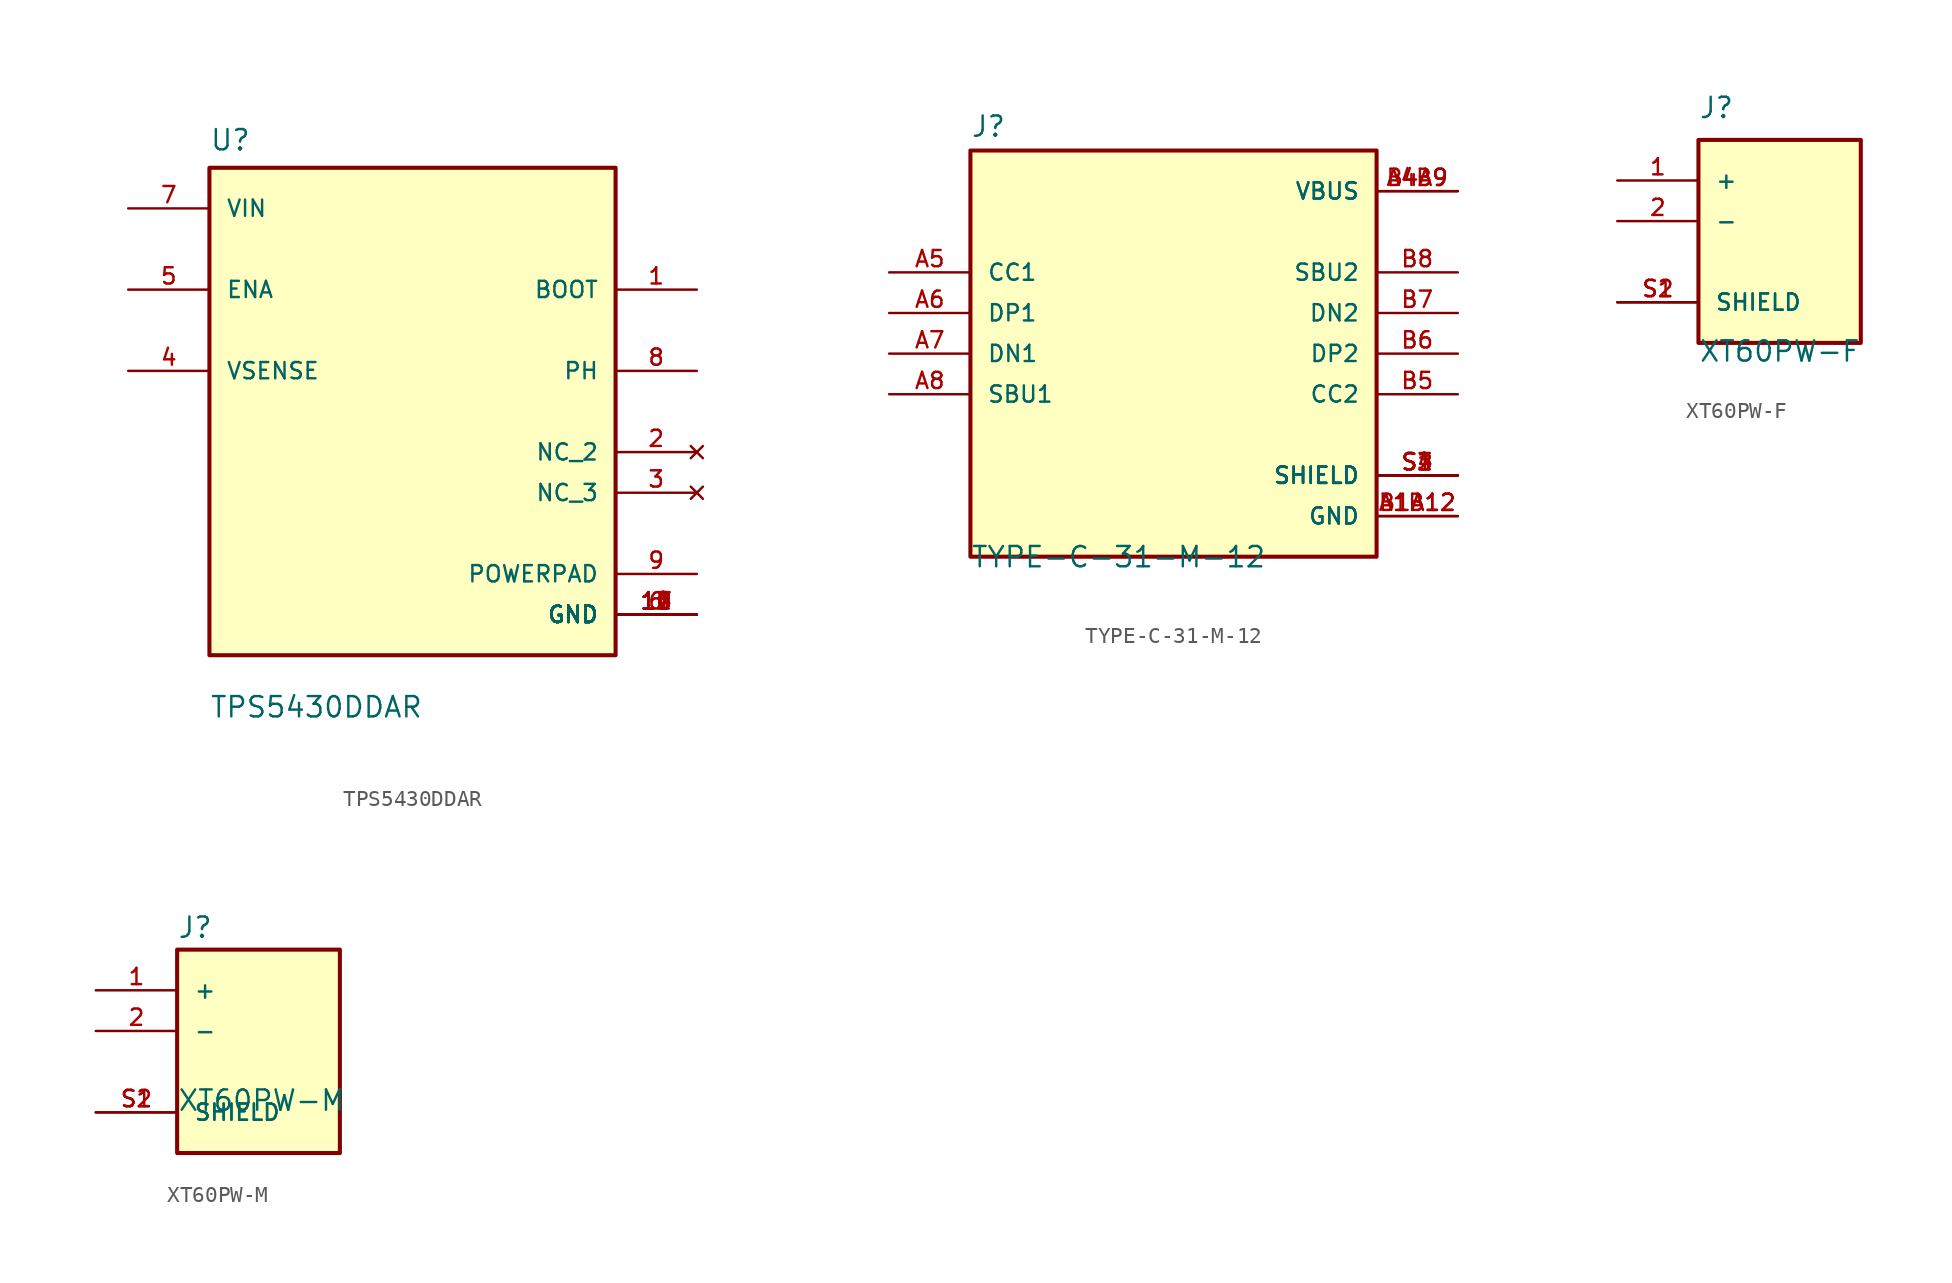
<source format=kicad_sym>
(kicad_symbol_lib
  (version 20211014)
  (generator kicad_symbol_editor)
  (symbol "TPS5430DDAR"
    (pin_names
      (offset 1.016))
    (property "Reference" "U"
      (at -12.7 16.231 0)
      (effects (font (size 1.27 1.27)) (justify left bottom)))
    (property "Value" "TPS5430DDAR"
      (at -12.7 -19.228 0)
      (effects (font (size 1.27 1.27)) (justify left bottom)))
    (symbol "TPS5430DDAR_0_0"
      (rectangle (start -12.7 -15.24) (end 12.7 15.24) (stroke (width 0.254) (type default) (color 0 0 0 0)) (fill (type background)))
      (pin output line (at 17.78 7.62 180) (length 5.08) (name "BOOT" (effects (font (size 1.016 1.016)))) (number "1" (effects (font (size 1.016 1.016)))))
      (pin power_in line (at 17.78 -12.7 180) (length 5.08) (name "GND" (effects (font (size 1.016 1.016)))) (number "10" (effects (font (size 1.016 1.016)))))
      (pin power_in line (at 17.78 -12.7 180) (length 5.08) (name "GND" (effects (font (size 1.016 1.016)))) (number "11" (effects (font (size 1.016 1.016)))))
      (pin power_in line (at 17.78 -12.7 180) (length 5.08) (name "GND" (effects (font (size 1.016 1.016)))) (number "12" (effects (font (size 1.016 1.016)))))
      (pin power_in line (at 17.78 -12.7 180) (length 5.08) (name "GND" (effects (font (size 1.016 1.016)))) (number "13" (effects (font (size 1.016 1.016)))))
      (pin power_in line (at 17.78 -12.7 180) (length 5.08) (name "GND" (effects (font (size 1.016 1.016)))) (number "14" (effects (font (size 1.016 1.016)))))
      (pin power_in line (at 17.78 -12.7 180) (length 5.08) (name "GND" (effects (font (size 1.016 1.016)))) (number "15" (effects (font (size 1.016 1.016)))))
      (pin power_in line (at 17.78 -12.7 180) (length 5.08) (name "GND" (effects (font (size 1.016 1.016)))) (number "16" (effects (font (size 1.016 1.016)))))
      (pin power_in line (at 17.78 -12.7 180) (length 5.08) (name "GND" (effects (font (size 1.016 1.016)))) (number "17" (effects (font (size 1.016 1.016)))))
      (pin no_connect line (at 17.78 -2.54 180) (length 5.08) (name "NC_2" (effects (font (size 1.016 1.016)))) (number "2" (effects (font (size 1.016 1.016)))))
      (pin no_connect line (at 17.78 -5.08 180) (length 5.08) (name "NC_3" (effects (font (size 1.016 1.016)))) (number "3" (effects (font (size 1.016 1.016)))))
      (pin input line (at -17.78 2.54 0) (length 5.08) (name "VSENSE" (effects (font (size 1.016 1.016)))) (number "4" (effects (font (size 1.016 1.016)))))
      (pin input line (at -17.78 7.62 0) (length 5.08) (name "ENA" (effects (font (size 1.016 1.016)))) (number "5" (effects (font (size 1.016 1.016)))))
      (pin power_in line (at 17.78 -12.7 180) (length 5.08) (name "GND" (effects (font (size 1.016 1.016)))) (number "6" (effects (font (size 1.016 1.016)))))
      (pin power_in line (at -17.78 12.7 0) (length 5.08) (name "VIN" (effects (font (size 1.016 1.016)))) (number "7" (effects (font (size 1.016 1.016)))))
      (pin bidirectional line (at 17.78 2.54 180) (length 5.08) (name "PH" (effects (font (size 1.016 1.016)))) (number "8" (effects (font (size 1.016 1.016)))))
      (pin power_in line (at 17.78 -10.16 180) (length 5.08) (name "POWERPAD" (effects (font (size 1.016 1.016)))) (number "9" (effects (font (size 1.016 1.016)))))))
  (symbol "TYPE-C-31-M-12"
    (pin_names
      (offset 1.016))
    (property "Reference" "J"
      (at -12.7 13.462 0)
      (effects (font (size 1.27 1.27)) (justify left bottom)))
    (property "Value" "TYPE-C-31-M-12"
      (at -12.7 -13.462 0)
      (effects (font (size 1.27 1.27)) (justify left bottom)))
    (symbol "TYPE-C-31-M-12_0_0"
      (rectangle (start -12.7 -12.7) (end 12.7 12.7) (stroke (width 0.254) (type default) (color 0 0 0 0)) (fill (type background)))
      (pin power_in line (at 17.78 -10.16 180) (length 5.08) (name "GND" (effects (font (size 1.016 1.016)))) (number "A1B12" (effects (font (size 1.016 1.016)))))
      (pin power_in line (at 17.78 10.16 180) (length 5.08) (name "VBUS" (effects (font (size 1.016 1.016)))) (number "A4B9" (effects (font (size 1.016 1.016)))))
      (pin bidirectional line (at -17.78 5.08 0) (length 5.08) (name "CC1" (effects (font (size 1.016 1.016)))) (number "A5" (effects (font (size 1.016 1.016)))))
      (pin bidirectional line (at -17.78 2.54 0) (length 5.08) (name "DP1" (effects (font (size 1.016 1.016)))) (number "A6" (effects (font (size 1.016 1.016)))))
      (pin bidirectional line (at -17.78 0 0) (length 5.08) (name "DN1" (effects (font (size 1.016 1.016)))) (number "A7" (effects (font (size 1.016 1.016)))))
      (pin bidirectional line (at -17.78 -2.54 0) (length 5.08) (name "SBU1" (effects (font (size 1.016 1.016)))) (number "A8" (effects (font (size 1.016 1.016)))))
      (pin power_in line (at 17.78 -10.16 180) (length 5.08) (name "GND" (effects (font (size 1.016 1.016)))) (number "B1A12" (effects (font (size 1.016 1.016)))))
      (pin power_in line (at 17.78 10.16 180) (length 5.08) (name "VBUS" (effects (font (size 1.016 1.016)))) (number "B4A9" (effects (font (size 1.016 1.016)))))
      (pin bidirectional line (at 17.78 -2.54 180) (length 5.08) (name "CC2" (effects (font (size 1.016 1.016)))) (number "B5" (effects (font (size 1.016 1.016)))))
      (pin bidirectional line (at 17.78 0 180) (length 5.08) (name "DP2" (effects (font (size 1.016 1.016)))) (number "B6" (effects (font (size 1.016 1.016)))))
      (pin bidirectional line (at 17.78 2.54 180) (length 5.08) (name "DN2" (effects (font (size 1.016 1.016)))) (number "B7" (effects (font (size 1.016 1.016)))))
      (pin bidirectional line (at 17.78 5.08 180) (length 5.08) (name "SBU2" (effects (font (size 1.016 1.016)))) (number "B8" (effects (font (size 1.016 1.016)))))
      (pin passive line (at 17.78 -7.62 180) (length 5.08) (name "SHIELD" (effects (font (size 1.016 1.016)))) (number "S1" (effects (font (size 1.016 1.016)))))
      (pin passive line (at 17.78 -7.62 180) (length 5.08) (name "SHIELD" (effects (font (size 1.016 1.016)))) (number "S2" (effects (font (size 1.016 1.016)))))
      (pin passive line (at 17.78 -7.62 180) (length 5.08) (name "SHIELD" (effects (font (size 1.016 1.016)))) (number "S3" (effects (font (size 1.016 1.016)))))
      (pin passive line (at 17.78 -7.62 180) (length 5.08) (name "SHIELD" (effects (font (size 1.016 1.016)))) (number "S4" (effects (font (size 1.016 1.016)))))))
  (symbol "XT60PW-F"
    (pin_names
      (offset 1.016))
    (property "Reference" "J"
      (at -5.08 6.35 0)
      (effects (font (size 1.27 1.27)) (justify left bottom)))
    (property "Value" "XT60PW-F"
      (at -5.08 -8.89 0)
      (effects (font (size 1.27 1.27)) (justify left bottom)))
    (symbol "XT60PW-F_0_0"
      (rectangle (start -5.08 -7.62) (end 5.08 5.08) (stroke (width 0.254) (type default) (color 0 0 0 0)) (fill (type background)))
      (pin passive line (at -10.16 2.54 0) (length 5.08) (name "+" (effects (font (size 1.016 1.016)))) (number "1" (effects (font (size 1.016 1.016)))))
      (pin passive line (at -10.16 0 0) (length 5.08) (name "-" (effects (font (size 1.016 1.016)))) (number "2" (effects (font (size 1.016 1.016)))))
      (pin passive line (at -10.16 -5.08 0) (length 5.08) (name "SHIELD" (effects (font (size 1.016 1.016)))) (number "S1" (effects (font (size 1.016 1.016)))))
      (pin passive line (at -10.16 -5.08 0) (length 5.08) (name "SHIELD" (effects (font (size 1.016 1.016)))) (number "S2" (effects (font (size 1.016 1.016)))))))
  (symbol "XT60PW-M"
    (pin_names
      (offset 1.016))
    (property "Reference" "J"
      (at -5.08 5.715 0)
      (effects (font (size 1.27 1.27)) (justify left bottom)))
    (property "Value" "XT60PW-M"
      (at -5.08 -5.08 0)
      (effects (font (size 1.27 1.27)) (justify left bottom)))
    (symbol "XT60PW-M_0_0"
      (rectangle (start -5.08 5.08) (end 5.08 -7.62) (stroke (width 0.254) (type default) (color 0 0 0 0)) (fill (type background)))
      (pin passive line (at -10.16 2.54 0) (length 5.08) (name "+" (effects (font (size 1.016 1.016)))) (number "1" (effects (font (size 1.016 1.016)))))
      (pin passive line (at -10.16 0 0) (length 5.08) (name "-" (effects (font (size 1.016 1.016)))) (number "2" (effects (font (size 1.016 1.016)))))
      (pin passive line (at -10.16 -5.08 0) (length 5.08) (name "SHIELD" (effects (font (size 1.016 1.016)))) (number "S1" (effects (font (size 1.016 1.016)))))
      (pin passive line (at -10.16 -5.08 0) (length 5.08) (name "SHIELD" (effects (font (size 1.016 1.016)))) (number "S2" (effects (font (size 1.016 1.016))))))))
</source>
